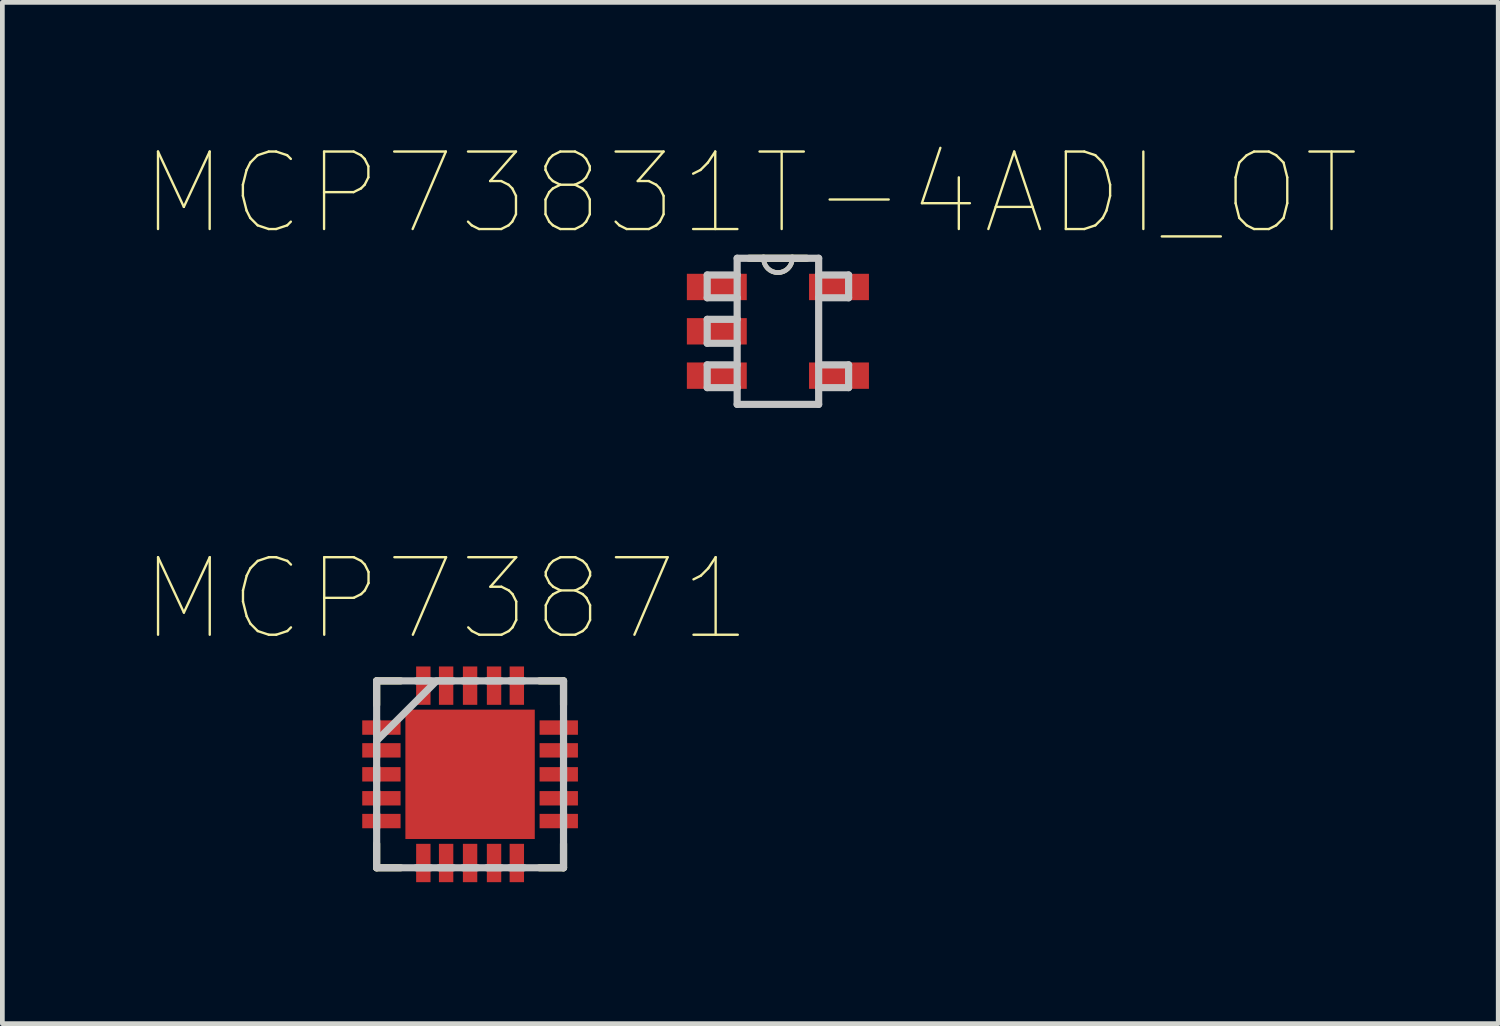
<source format=kicad_pcb>
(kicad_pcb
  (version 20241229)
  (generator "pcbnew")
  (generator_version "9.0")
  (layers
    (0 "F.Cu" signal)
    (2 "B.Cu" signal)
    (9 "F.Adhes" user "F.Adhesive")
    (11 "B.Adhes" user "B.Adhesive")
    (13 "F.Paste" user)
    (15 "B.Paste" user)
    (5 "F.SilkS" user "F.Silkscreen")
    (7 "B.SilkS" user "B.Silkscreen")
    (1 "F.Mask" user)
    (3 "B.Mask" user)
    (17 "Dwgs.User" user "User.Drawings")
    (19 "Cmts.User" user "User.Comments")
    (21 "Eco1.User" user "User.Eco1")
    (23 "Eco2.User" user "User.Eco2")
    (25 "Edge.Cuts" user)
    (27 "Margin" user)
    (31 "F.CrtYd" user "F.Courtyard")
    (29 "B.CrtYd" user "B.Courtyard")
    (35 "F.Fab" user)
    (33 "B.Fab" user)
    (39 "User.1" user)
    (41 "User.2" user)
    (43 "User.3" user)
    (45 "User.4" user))
  (footprint "MCP73831T-4ADI_OT"
    (layer "F.Cu")
    (at 13.442 3.974)
    (property "Reference" "MCP73831T-4ADI_OT" (at -0.585 -2.926 0) (layer "F.SilkS") (effects (font (size 1.643 1.643) (thickness 0.05))))
    (attr smd)
    (fp_line (start -0.305 -1.549) (end -0.61 -1.549) (stroke (width 0.152) (type solid)) (layer "F.SilkS"))
    (fp_line (start 0.305 -1.549) (end -0.305 -1.549) (stroke (width 0.152) (type solid)) (layer "F.SilkS"))
    (fp_line (start 0.61 -1.549) (end 0.305 -1.549) (stroke (width 0.152) (type solid)) (layer "F.SilkS"))
    (fp_arc (start 0.3048 -1.5494) (mid 0 -1.2446) (end -0.3048 -1.5494) (stroke (width 0.1) (type solid)) (layer "F.SilkS"))
    (fp_line (start -1.499 -1.194) (end -1.499 -0.711) (stroke (width 0.152) (type solid)) (layer "Dwgs.User"))
    (fp_line (start -1.499 -0.711) (end -0.864 -0.711) (stroke (width 0.152) (type solid)) (layer "Dwgs.User"))
    (fp_line (start -1.499 -0.254) (end -1.499 0.254) (stroke (width 0.152) (type solid)) (layer "Dwgs.User"))
    (fp_line (start -1.499 0.254) (end -0.864 0.254) (stroke (width 0.152) (type solid)) (layer "Dwgs.User"))
    (fp_line (start -1.499 0.711) (end -1.499 1.194) (stroke (width 0.152) (type solid)) (layer "Dwgs.User"))
    (fp_line (start -1.499 1.194) (end -0.864 1.194) (stroke (width 0.152) (type solid)) (layer "Dwgs.User"))
    (fp_line (start -0.864 -1.549) (end -0.864 -1.194) (stroke (width 0.152) (type solid)) (layer "Dwgs.User"))
    (fp_line (start -0.864 -1.194) (end -1.499 -1.194) (stroke (width 0.152) (type solid)) (layer "Dwgs.User"))
    (fp_line (start -0.864 -1.194) (end -0.864 -0.711) (stroke (width 0.152) (type solid)) (layer "Dwgs.User"))
    (fp_line (start -0.864 -0.711) (end -0.864 -0.254) (stroke (width 0.152) (type solid)) (layer "Dwgs.User"))
    (fp_line (start -0.864 -0.254) (end -1.499 -0.254) (stroke (width 0.152) (type solid)) (layer "Dwgs.User"))
    (fp_line (start -0.864 -0.254) (end -0.864 0.254) (stroke (width 0.152) (type solid)) (layer "Dwgs.User"))
    (fp_line (start -0.864 0.254) (end -0.864 0.711) (stroke (width 0.152) (type solid)) (layer "Dwgs.User"))
    (fp_line (start -0.864 0.711) (end -1.499 0.711) (stroke (width 0.152) (type solid)) (layer "Dwgs.User"))
    (fp_line (start -0.864 1.194) (end -0.864 0.711) (stroke (width 0.152) (type solid)) (layer "Dwgs.User"))
    (fp_line (start -0.864 1.549) (end -0.864 1.194) (stroke (width 0.152) (type solid)) (layer "Dwgs.User"))
    (fp_line (start -0.864 1.549) (end 0.864 1.549) (stroke (width 0.152) (type solid)) (layer "Dwgs.User"))
    (fp_line (start -0.305 -1.549) (end -0.864 -1.549) (stroke (width 0.152) (type solid)) (layer "Dwgs.User"))
    (fp_line (start 0.305 -1.549) (end -0.305 -1.549) (stroke (width 0.152) (type solid)) (layer "Dwgs.User"))
    (fp_line (start 0.864 -1.549) (end 0.305 -1.549) (stroke (width 0.152) (type solid)) (layer "Dwgs.User"))
    (fp_line (start 0.864 -1.549) (end 0.864 -1.194) (stroke (width 0.152) (type solid)) (layer "Dwgs.User"))
    (fp_line (start 0.864 -1.194) (end 0.864 -0.711) (stroke (width 0.152) (type solid)) (layer "Dwgs.User"))
    (fp_line (start 0.864 -0.711) (end 1.499 -0.711) (stroke (width 0.152) (type solid)) (layer "Dwgs.User"))
    (fp_line (start 0.864 0.711) (end 0.864 -0.711) (stroke (width 0.152) (type solid)) (layer "Dwgs.User"))
    (fp_line (start 0.864 1.194) (end 0.864 0.711) (stroke (width 0.152) (type solid)) (layer "Dwgs.User"))
    (fp_line (start 0.864 1.194) (end 1.499 1.194) (stroke (width 0.152) (type solid)) (layer "Dwgs.User"))
    (fp_line (start 0.864 1.549) (end 0.864 1.194) (stroke (width 0.152) (type solid)) (layer "Dwgs.User"))
    (fp_line (start 1.499 -1.194) (end 0.864 -1.194) (stroke (width 0.152) (type solid)) (layer "Dwgs.User"))
    (fp_line (start 1.499 -0.711) (end 1.499 -1.194) (stroke (width 0.152) (type solid)) (layer "Dwgs.User"))
    (fp_line (start 1.499 0.711) (end 0.864 0.711) (stroke (width 0.152) (type solid)) (layer "Dwgs.User"))
    (fp_line (start 1.499 1.194) (end 1.499 0.711) (stroke (width 0.152) (type solid)) (layer "Dwgs.User"))
    (fp_arc (start 0.3048 -1.5494) (mid 0 -1.2446) (end -0.3048 -1.5494) (stroke (width 0.1) (type solid)) (layer "Dwgs.User"))
    (pad "1" smd rect (at -1.295 -0.94) (size 1.27 0.559) (layers "F.Cu" "F.Mask" "F.Paste"))
    (pad "2" smd rect (at -1.295 0) (size 1.27 0.559) (layers "F.Cu" "F.Mask" "F.Paste"))
    (pad "3" smd rect (at -1.295 0.94) (size 1.27 0.559) (layers "F.Cu" "F.Mask" "F.Paste"))
    (pad "4" smd rect (at 1.295 0.94) (size 1.27 0.559) (layers "F.Cu" "F.Mask" "F.Paste"))
    (pad "5" smd rect (at 1.295 -0.94) (size 1.27 0.559) (layers "F.Cu" "F.Mask" "F.Paste")))
  (footprint "MCP73871"
    (layer "F.Cu")
    (at 6.916 13.366)
    (property "Reference" "MCP73871" (at -0.509 -3.717 0) (layer "F.SilkS") (effects (font (size 1.644 1.644) (thickness 0.05))))
    (attr smd)
    (fp_line (start -1.981 -1.981) (end -1.981 -1.473) (stroke (width 0.152) (type solid)) (layer "F.SilkS"))
    (fp_line (start -1.981 1.473) (end -1.981 1.981) (stroke (width 0.152) (type solid)) (layer "F.SilkS"))
    (fp_line (start -1.981 1.981) (end -1.473 1.981) (stroke (width 0.152) (type solid)) (layer "F.SilkS"))
    (fp_line (start -1.473 -1.981) (end -1.981 -1.981) (stroke (width 0.152) (type solid)) (layer "F.SilkS"))
    (fp_line (start 1.473 1.981) (end 1.981 1.981) (stroke (width 0.152) (type solid)) (layer "F.SilkS"))
    (fp_line (start 1.981 -1.981) (end 1.473 -1.981) (stroke (width 0.152) (type solid)) (layer "F.SilkS"))
    (fp_line (start 1.981 -1.473) (end 1.981 -1.981) (stroke (width 0.152) (type solid)) (layer "F.SilkS"))
    (fp_line (start 1.981 1.981) (end 1.981 1.473) (stroke (width 0.152) (type solid)) (layer "F.SilkS"))
    (fp_line (start -1.981 -1.981) (end -1.981 1.981) (stroke (width 0.152) (type solid)) (layer "Dwgs.User"))
    (fp_line (start -1.981 -1.143) (end -1.981 -0.838) (stroke (width 0.152) (type solid)) (layer "Dwgs.User"))
    (fp_line (start -1.981 -0.711) (end -0.711 -1.981) (stroke (width 0.152) (type solid)) (layer "Dwgs.User"))
    (fp_line (start -1.981 -0.66) (end -1.981 -0.356) (stroke (width 0.152) (type solid)) (layer "Dwgs.User"))
    (fp_line (start -1.981 -0.152) (end -1.981 0.152) (stroke (width 0.152) (type solid)) (layer "Dwgs.User"))
    (fp_line (start -1.981 0.356) (end -1.981 0.66) (stroke (width 0.152) (type solid)) (layer "Dwgs.User"))
    (fp_line (start -1.981 0.838) (end -1.981 1.143) (stroke (width 0.152) (type solid)) (layer "Dwgs.User"))
    (fp_line (start -1.981 1.981) (end 1.981 1.981) (stroke (width 0.152) (type solid)) (layer "Dwgs.User"))
    (fp_line (start -1.143 1.981) (end -0.838 1.981) (stroke (width 0.152) (type solid)) (layer "Dwgs.User"))
    (fp_line (start -0.838 -1.981) (end -1.143 -1.981) (stroke (width 0.152) (type solid)) (layer "Dwgs.User"))
    (fp_line (start -0.66 1.981) (end -0.356 1.981) (stroke (width 0.152) (type solid)) (layer "Dwgs.User"))
    (fp_line (start -0.356 -1.981) (end -0.66 -1.981) (stroke (width 0.152) (type solid)) (layer "Dwgs.User"))
    (fp_line (start -0.152 1.981) (end 0.152 1.981) (stroke (width 0.152) (type solid)) (layer "Dwgs.User"))
    (fp_line (start 0.152 -1.981) (end -0.152 -1.981) (stroke (width 0.152) (type solid)) (layer "Dwgs.User"))
    (fp_line (start 0.356 1.981) (end 0.66 1.981) (stroke (width 0.152) (type solid)) (layer "Dwgs.User"))
    (fp_line (start 0.66 -1.981) (end 0.356 -1.981) (stroke (width 0.152) (type solid)) (layer "Dwgs.User"))
    (fp_line (start 0.838 1.981) (end 1.143 1.981) (stroke (width 0.152) (type solid)) (layer "Dwgs.User"))
    (fp_line (start 1.143 -1.981) (end 0.838 -1.981) (stroke (width 0.152) (type solid)) (layer "Dwgs.User"))
    (fp_line (start 1.981 -1.981) (end -1.981 -1.981) (stroke (width 0.152) (type solid)) (layer "Dwgs.User"))
    (fp_line (start 1.981 -0.838) (end 1.981 -1.143) (stroke (width 0.152) (type solid)) (layer "Dwgs.User"))
    (fp_line (start 1.981 -0.356) (end 1.981 -0.66) (stroke (width 0.152) (type solid)) (layer "Dwgs.User"))
    (fp_line (start 1.981 0.152) (end 1.981 -0.152) (stroke (width 0.152) (type solid)) (layer "Dwgs.User"))
    (fp_line (start 1.981 0.66) (end 1.981 0.356) (stroke (width 0.152) (type solid)) (layer "Dwgs.User"))
    (fp_line (start 1.981 1.143) (end 1.981 0.838) (stroke (width 0.152) (type solid)) (layer "Dwgs.User"))
    (fp_line (start 1.981 1.981) (end 1.981 -1.981) (stroke (width 0.152) (type solid)) (layer "Dwgs.User"))
    (pad "1" smd rect (at -1.88 -0.991 270) (size 0.305 0.813) (layers "F.Cu" "F.Mask" "F.Paste"))
    (pad "2" smd rect (at -1.88 -0.508 270) (size 0.305 0.813) (layers "F.Cu" "F.Mask" "F.Paste"))
    (pad "3" smd rect (at -1.88 0 270) (size 0.305 0.813) (layers "F.Cu" "F.Mask" "F.Paste"))
    (pad "4" smd rect (at -1.88 0.508 270) (size 0.305 0.813) (layers "F.Cu" "F.Mask" "F.Paste"))
    (pad "5" smd rect (at -1.88 0.991 270) (size 0.305 0.813) (layers "F.Cu" "F.Mask" "F.Paste"))
    (pad "6" smd rect (at -0.991 1.88 180) (size 0.305 0.813) (layers "F.Cu" "F.Mask" "F.Paste"))
    (pad "7" smd rect (at -0.508 1.88 180) (size 0.305 0.813) (layers "F.Cu" "F.Mask" "F.Paste"))
    (pad "8" smd rect (at 0 1.88 180) (size 0.305 0.813) (layers "F.Cu" "F.Mask" "F.Paste"))
    (pad "9" smd rect (at 0.508 1.88 180) (size 0.305 0.813) (layers "F.Cu" "F.Mask" "F.Paste"))
    (pad "10" smd rect (at 0.991 1.88 180) (size 0.305 0.813) (layers "F.Cu" "F.Mask" "F.Paste"))
    (pad "11" smd rect (at 1.88 0.991 270) (size 0.305 0.813) (layers "F.Cu" "F.Mask" "F.Paste"))
    (pad "12" smd rect (at 1.88 0.508 270) (size 0.305 0.813) (layers "F.Cu" "F.Mask" "F.Paste"))
    (pad "13" smd rect (at 1.88 0 270) (size 0.305 0.813) (layers "F.Cu" "F.Mask" "F.Paste"))
    (pad "14" smd rect (at 1.88 -0.508 270) (size 0.305 0.813) (layers "F.Cu" "F.Mask" "F.Paste"))
    (pad "15" smd rect (at 1.88 -0.991 270) (size 0.305 0.813) (layers "F.Cu" "F.Mask" "F.Paste"))
    (pad "16" smd rect (at 0.991 -1.88 180) (size 0.305 0.813) (layers "F.Cu" "F.Mask" "F.Paste"))
    (pad "17" smd rect (at 0.508 -1.88 180) (size 0.305 0.813) (layers "F.Cu" "F.Mask" "F.Paste"))
    (pad "18" smd rect (at 0 -1.88 180) (size 0.305 0.813) (layers "F.Cu" "F.Mask" "F.Paste"))
    (pad "19" smd rect (at -0.508 -1.88 180) (size 0.305 0.813) (layers "F.Cu" "F.Mask" "F.Paste"))
    (pad "20" smd rect (at -0.991 -1.88 180) (size 0.305 0.813) (layers "F.Cu" "F.Mask" "F.Paste"))
    (pad "21" smd rect (at 0 0) (size 2.743 2.743) (layers "F.Cu" "F.Mask" "F.Paste")))
  (gr_rect
    (start -3 -3)
    (end 28.713 18.652)
    (stroke (width 0.1) (type default))
    (fill no)
    (layer "Edge.Cuts")))
</source>
